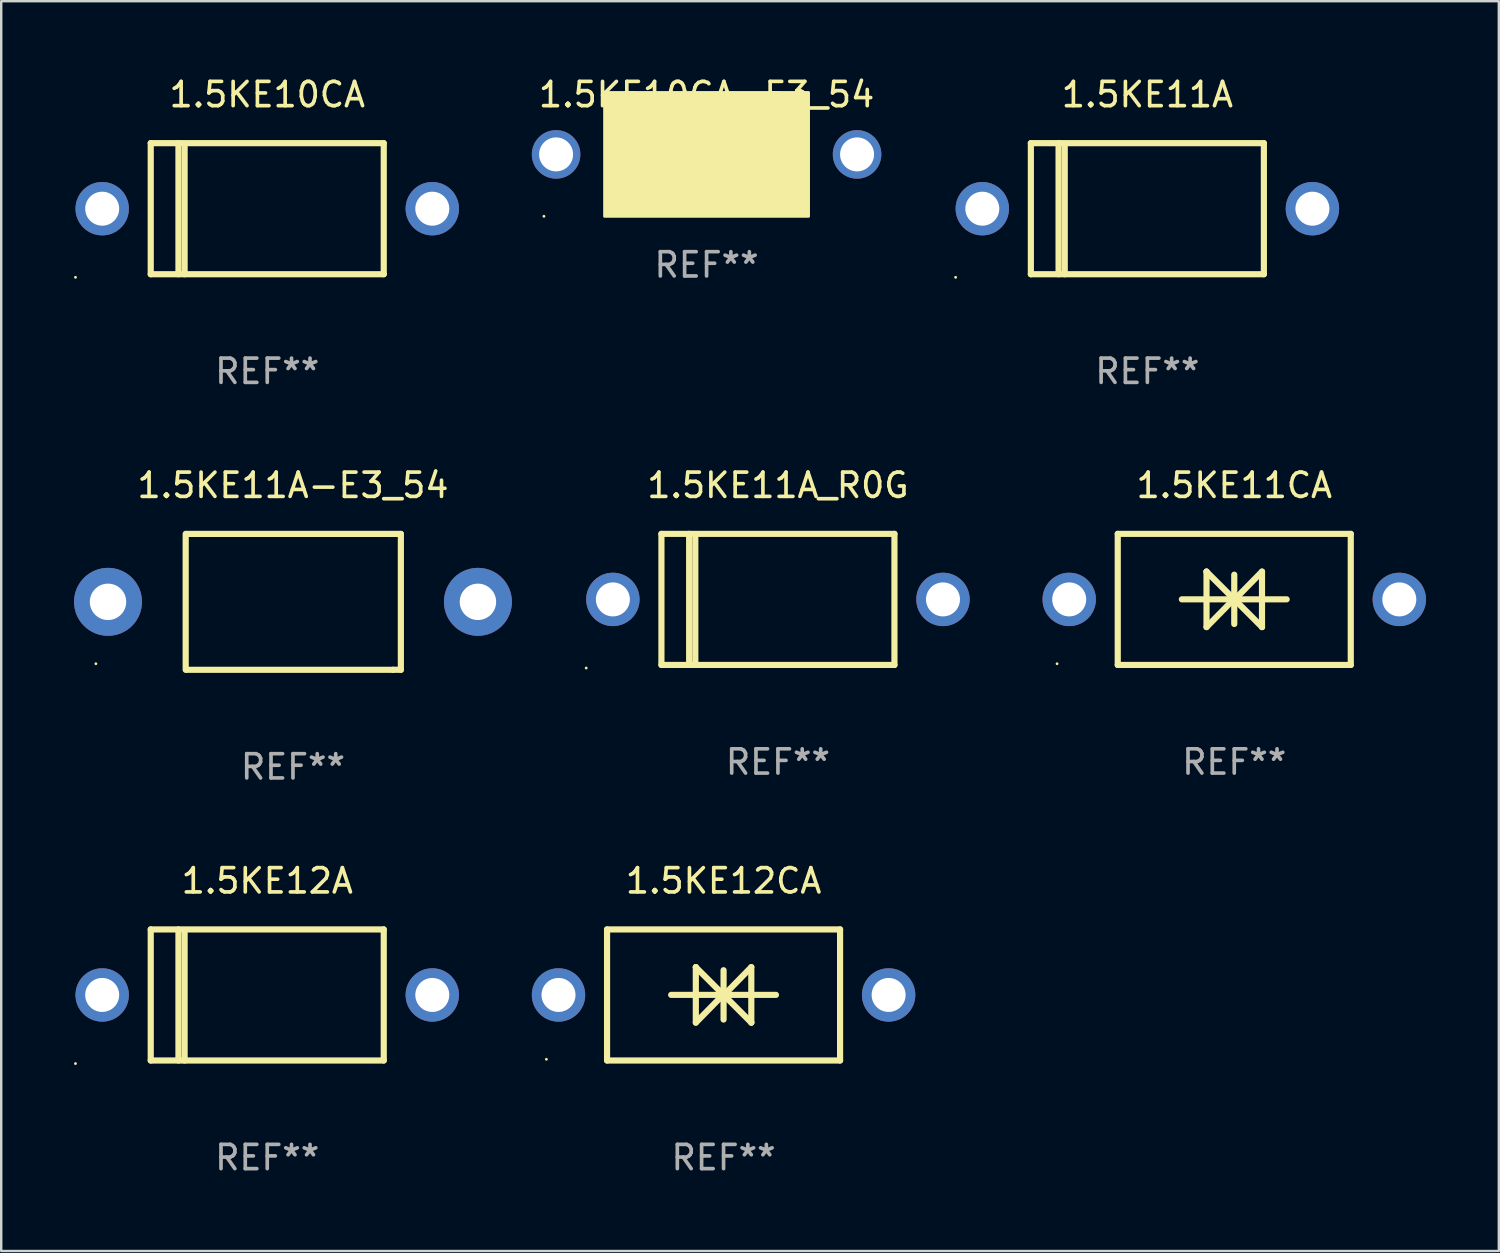
<source format=kicad_pcb>
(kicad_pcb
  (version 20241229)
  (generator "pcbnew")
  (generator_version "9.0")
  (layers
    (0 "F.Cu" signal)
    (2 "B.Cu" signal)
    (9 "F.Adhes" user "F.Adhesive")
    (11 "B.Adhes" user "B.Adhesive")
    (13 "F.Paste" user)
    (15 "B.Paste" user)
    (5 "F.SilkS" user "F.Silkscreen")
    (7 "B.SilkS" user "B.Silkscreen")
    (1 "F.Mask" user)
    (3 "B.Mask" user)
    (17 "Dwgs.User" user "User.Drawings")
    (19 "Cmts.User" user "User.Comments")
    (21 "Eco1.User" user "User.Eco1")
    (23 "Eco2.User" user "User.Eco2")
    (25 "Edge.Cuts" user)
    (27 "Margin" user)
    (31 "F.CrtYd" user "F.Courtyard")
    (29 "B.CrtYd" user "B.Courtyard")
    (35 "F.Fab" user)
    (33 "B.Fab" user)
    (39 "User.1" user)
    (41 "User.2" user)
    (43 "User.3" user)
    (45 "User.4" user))
  (footprint "1.5KE12CA"
    (layer "F.Cu")
    (at 26.76 37.941)
    (property "Reference" "1.5KE12CA" (at 0 -4.7 0) (layer "F.SilkS") (effects (font (size 1 1) (thickness 0.15))))
    (attr through_hole)
    (fp_line (start -4.8 -2.7) (end -4.8 2.7) (stroke (width 0.254) (type solid)) (layer "F.SilkS"))
    (fp_line (start -4.8 -2.7) (end 4.8 -2.7) (stroke (width 0.254) (type solid)) (layer "F.SilkS"))
    (fp_line (start -2.159 -0.003) (end 2.159 -0.003) (stroke (width 0.254) (type solid)) (layer "F.SilkS"))
    (fp_line (start -1.143 -1.146) (end -1.143 1.14) (stroke (width 0.254) (type solid)) (layer "F.SilkS"))
    (fp_line (start -1.143 -1.143) (end -1.143 -1.146) (stroke (width 0.254) (type solid)) (layer "F.SilkS"))
    (fp_line (start 0 -1.019) (end 0 1.013) (stroke (width 0.254) (type solid)) (layer "F.SilkS"))
    (fp_line (start 0 -0.026) (end -1.143 1.14) (stroke (width 0.254) (type solid)) (layer "F.SilkS"))
    (fp_line (start 0 -0.006) (end 1.143 1.137) (stroke (width 0.254) (type solid)) (layer "F.SilkS"))
    (fp_line (start 0 0) (end -1.143 -1.143) (stroke (width 0.254) (type solid)) (layer "F.SilkS"))
    (fp_line (start 0 0.02) (end 1.143 -1.146) (stroke (width 0.254) (type solid)) (layer "F.SilkS"))
    (fp_line (start 1.143 1.137) (end 1.143 1.14) (stroke (width 0.254) (type solid)) (layer "F.SilkS"))
    (fp_line (start 1.143 1.14) (end 1.143 -1.146) (stroke (width 0.254) (type solid)) (layer "F.SilkS"))
    (fp_line (start 4.8 -2.7) (end 4.8 2.7) (stroke (width 0.254) (type solid)) (layer "F.SilkS"))
    (fp_line (start 4.8 2.7) (end -4.8 2.7) (stroke (width 0.254) (type solid)) (layer "F.SilkS"))
    (fp_circle (center -7.3 2.65) (end -7.27 2.65) (stroke (width 0.06) (type solid)) (fill no) (layer "F.SilkS"))
    (fp_text user "REF**" (at 0 6.7 0) (layer "F.Fab") (effects (font (size 1 1) (thickness 0.15))))
    (pad "1" thru_hole circle (at -6.8 0) (size 2.2 2.2) (drill 1.4) (layers "*.Cu" "*.Mask"))
    (pad "2" thru_hole circle (at 6.8 0) (size 2.2 2.2) (drill 1.4) (layers "*.Cu" "*.Mask")))
  (footprint "1.5KE10CA-E3_54"
    (layer "F.Cu")
    (at 26.06 3.356)
    (property "Reference" "1.5KE10CA-E3_54" (at 0 -2.508 0) (layer "F.SilkS") (effects (font (size 1 1) (thickness 0.15))))
    (attr through_hole)
    (fp_line (start -1.498 0) (end 0.534 0) (stroke (width 0.254) (type solid)) (layer "F.SilkS"))
    (fp_line (start -0.99 -0.508) (end -0.99 0.508) (stroke (width 0.254) (type solid)) (layer "F.SilkS"))
    (fp_line (start -0.99 0.508) (end 0.026 0) (stroke (width 0.254) (type solid)) (layer "F.SilkS"))
    (fp_line (start 0.026 -0.508) (end 0.026 0.508) (stroke (width 0.254) (type solid)) (layer "F.SilkS"))
    (fp_line (start 0.026 0) (end -0.99 -0.508) (stroke (width 0.254) (type solid)) (layer "F.SilkS"))
    (fp_line (start 0.026 0) (end 0.026 -0.508) (stroke (width 0.254) (type solid)) (layer "F.SilkS"))
    (fp_line (start 0.038 0) (end 0.038 0.508) (stroke (width 0.254) (type solid)) (layer "F.SilkS"))
    (fp_line (start 0.038 0) (end 1.054 0.508) (stroke (width 0.254) (type solid)) (layer "F.SilkS"))
    (fp_line (start 0.038 0.508) (end 0.038 -0.508) (stroke (width 0.254) (type solid)) (layer "F.SilkS"))
    (fp_line (start 1.054 -0.508) (end 0.038 0) (stroke (width 0.254) (type solid)) (layer "F.SilkS"))
    (fp_line (start 1.054 0.508) (end 1.054 -0.508) (stroke (width 0.254) (type solid)) (layer "F.SilkS"))
    (fp_line (start 1.562 0) (end -0.47 0) (stroke (width 0.254) (type solid)) (layer "F.SilkS"))
    (fp_circle (center -6.7 2.505) (end -6.67 2.505) (stroke (width 0.06) (type solid)) (fill no) (layer "F.SilkS"))
    (fp_poly (pts (xy -4.2 -2.595) (xy 4.2 -2.595) (xy 4.2 2.505) (xy -4.2 2.505)) (stroke (width 0.12) (type solid)) (fill yes) (layer "F.SilkS"))
    (fp_text user "REF**" (at 0 4.508 0) (layer "F.Fab") (effects (font (size 1 1) (thickness 0.15))))
    (pad "1" thru_hole circle (at -6.2 -0.045) (size 2 2) (drill 1.4) (layers "*.Cu" "*.Mask"))
    (pad "2" thru_hole circle (at 6.2 -0.045) (size 2 2) (drill 1.4) (layers "*.Cu" "*.Mask")))
  (footprint "1.5KE11A-E3_54"
    (layer "F.Cu")
    (at 9.02 21.745)
    (property "Reference" "1.5KE11A-E3_54" (at 0 -4.8 0) (layer "F.SilkS") (effects (font (size 1 1) (thickness 0.15))))
    (attr through_hole)
    (fp_line (start -4.42 2.8) (end -4.42 -2.8) (stroke (width 0.254) (type solid)) (layer "F.SilkS"))
    (fp_line (start -4.379 -2.799) (end 4.445 -2.799) (stroke (width 0.254) (type solid)) (layer "F.SilkS"))
    (fp_line (start 4.12 2.8) (end -4.38 2.8) (stroke (width 0.254) (type solid)) (layer "F.SilkS"))
    (fp_line (start 4.445 -2.799) (end 4.445 2.799) (stroke (width 0.254) (type solid)) (layer "F.SilkS"))
    (fp_line (start 4.445 2.799) (end 4.12 2.799) (stroke (width 0.254) (type solid)) (layer "F.SilkS"))
    (fp_circle (center -8.12 2.55) (end -8.09 2.55) (stroke (width 0.06) (type solid)) (fill no) (layer "F.SilkS"))
    (fp_text user "REF**" (at 0 6.8 0) (layer "F.Fab") (effects (font (size 1 1) (thickness 0.15))))
    (pad "1" thru_hole circle (at -7.62 0) (size 2.8 2.8) (drill 1.5) (layers "*.Cu" "*.Mask"))
    (pad "2" thru_hole circle (at 7.62 0) (size 2.8 2.8) (drill 1.5) (layers "*.Cu" "*.Mask")))
  (footprint "1.5KE12A"
    (layer "F.Cu")
    (at 7.96 37.941)
    (property "Reference" "1.5KE12A" (at 0 -4.7 0) (layer "F.SilkS") (effects (font (size 1 1) (thickness 0.15))))
    (attr through_hole)
    (fp_line (start -4.8 -2.7) (end 4.8 -2.7) (stroke (width 0.254) (type solid)) (layer "F.SilkS"))
    (fp_line (start -4.8 2.7) (end -4.8 -2.7) (stroke (width 0.254) (type solid)) (layer "F.SilkS"))
    (fp_line (start -3.658 2.7) (end -3.658 -2.7) (stroke (width 0.254) (type solid)) (layer "F.SilkS"))
    (fp_line (start -3.404 2.7) (end -3.404 -2.54) (stroke (width 0.254) (type solid)) (layer "F.SilkS"))
    (fp_line (start 4.8 2.7) (end -4.8 2.7) (stroke (width 0.254) (type solid)) (layer "F.SilkS"))
    (fp_line (start 4.8 2.7) (end 4.8 -2.7) (stroke (width 0.254) (type solid)) (layer "F.SilkS"))
    (fp_circle (center -7.9 2.827) (end -7.87 2.827) (stroke (width 0.06) (type solid)) (fill no) (layer "F.SilkS"))
    (fp_text user "REF**" (at 0 6.7 0) (layer "F.Fab") (effects (font (size 1 1) (thickness 0.15))))
    (pad "1" thru_hole circle (at -6.8 0) (size 2.2 2.2) (drill 1.4) (layers "*.Cu" "*.Mask"))
    (pad "2" thru_hole circle (at 6.8 0) (size 2.2 2.2) (drill 1.4) (layers "*.Cu" "*.Mask")))
  (footprint "1.5KE11CA"
    (layer "F.Cu")
    (at 47.8 21.645)
    (property "Reference" "1.5KE11CA" (at 0 -4.7 0) (layer "F.SilkS") (effects (font (size 1 1) (thickness 0.15))))
    (attr through_hole)
    (fp_line (start -4.8 -2.7) (end -4.8 2.7) (stroke (width 0.254) (type solid)) (layer "F.SilkS"))
    (fp_line (start -4.8 -2.7) (end 4.8 -2.7) (stroke (width 0.254) (type solid)) (layer "F.SilkS"))
    (fp_line (start -2.159 -0.003) (end 2.159 -0.003) (stroke (width 0.254) (type solid)) (layer "F.SilkS"))
    (fp_line (start -1.143 -1.146) (end -1.143 1.14) (stroke (width 0.254) (type solid)) (layer "F.SilkS"))
    (fp_line (start -1.143 -1.143) (end -1.143 -1.146) (stroke (width 0.254) (type solid)) (layer "F.SilkS"))
    (fp_line (start 0 -1.019) (end 0 1.013) (stroke (width 0.254) (type solid)) (layer "F.SilkS"))
    (fp_line (start 0 -0.026) (end -1.143 1.14) (stroke (width 0.254) (type solid)) (layer "F.SilkS"))
    (fp_line (start 0 -0.006) (end 1.143 1.137) (stroke (width 0.254) (type solid)) (layer "F.SilkS"))
    (fp_line (start 0 0) (end -1.143 -1.143) (stroke (width 0.254) (type solid)) (layer "F.SilkS"))
    (fp_line (start 0 0.02) (end 1.143 -1.146) (stroke (width 0.254) (type solid)) (layer "F.SilkS"))
    (fp_line (start 1.143 1.137) (end 1.143 1.14) (stroke (width 0.254) (type solid)) (layer "F.SilkS"))
    (fp_line (start 1.143 1.14) (end 1.143 -1.146) (stroke (width 0.254) (type solid)) (layer "F.SilkS"))
    (fp_line (start 4.8 -2.7) (end 4.8 2.7) (stroke (width 0.254) (type solid)) (layer "F.SilkS"))
    (fp_line (start 4.8 2.7) (end -4.8 2.7) (stroke (width 0.254) (type solid)) (layer "F.SilkS"))
    (fp_circle (center -7.3 2.65) (end -7.27 2.65) (stroke (width 0.06) (type solid)) (fill no) (layer "F.SilkS"))
    (fp_text user "REF**" (at 0 6.7 0) (layer "F.Fab") (effects (font (size 1 1) (thickness 0.15))))
    (pad "1" thru_hole circle (at -6.8 0) (size 2.2 2.2) (drill 1.4) (layers "*.Cu" "*.Mask"))
    (pad "2" thru_hole circle (at 6.8 0) (size 2.2 2.2) (drill 1.4) (layers "*.Cu" "*.Mask")))
  (footprint "1.5KE11A_R0G"
    (layer "F.Cu")
    (at 29 21.645)
    (property "Reference" "1.5KE11A_R0G" (at 0 -4.7 0) (layer "F.SilkS") (effects (font (size 1 1) (thickness 0.15))))
    (attr through_hole)
    (fp_line (start -4.8 -2.7) (end 4.8 -2.7) (stroke (width 0.254) (type solid)) (layer "F.SilkS"))
    (fp_line (start -4.8 2.7) (end -4.8 -2.7) (stroke (width 0.254) (type solid)) (layer "F.SilkS"))
    (fp_line (start -3.658 2.7) (end -3.658 -2.7) (stroke (width 0.254) (type solid)) (layer "F.SilkS"))
    (fp_line (start -3.404 2.7) (end -3.404 -2.54) (stroke (width 0.254) (type solid)) (layer "F.SilkS"))
    (fp_line (start 4.8 2.7) (end -4.8 2.7) (stroke (width 0.254) (type solid)) (layer "F.SilkS"))
    (fp_line (start 4.8 2.7) (end 4.8 -2.7) (stroke (width 0.254) (type solid)) (layer "F.SilkS"))
    (fp_circle (center -7.9 2.827) (end -7.87 2.827) (stroke (width 0.06) (type solid)) (fill no) (layer "F.SilkS"))
    (fp_text user "REF**" (at 0 6.7 0) (layer "F.Fab") (effects (font (size 1 1) (thickness 0.15))))
    (pad "1" thru_hole circle (at -6.8 0) (size 2.2 2.2) (drill 1.4) (layers "*.Cu" "*.Mask"))
    (pad "2" thru_hole circle (at 6.8 0) (size 2.2 2.2) (drill 1.4) (layers "*.Cu" "*.Mask")))
  (footprint "1.5KE11A"
    (layer "F.Cu")
    (at 44.22 5.548)
    (property "Reference" "1.5KE11A" (at 0 -4.7 0) (layer "F.SilkS") (effects (font (size 1 1) (thickness 0.15))))
    (attr through_hole)
    (fp_line (start -4.8 -2.7) (end 4.8 -2.7) (stroke (width 0.254) (type solid)) (layer "F.SilkS"))
    (fp_line (start -4.8 2.7) (end -4.8 -2.7) (stroke (width 0.254) (type solid)) (layer "F.SilkS"))
    (fp_line (start -3.658 2.7) (end -3.658 -2.7) (stroke (width 0.254) (type solid)) (layer "F.SilkS"))
    (fp_line (start -3.404 2.7) (end -3.404 -2.54) (stroke (width 0.254) (type solid)) (layer "F.SilkS"))
    (fp_line (start 4.8 2.7) (end -4.8 2.7) (stroke (width 0.254) (type solid)) (layer "F.SilkS"))
    (fp_line (start 4.8 2.7) (end 4.8 -2.7) (stroke (width 0.254) (type solid)) (layer "F.SilkS"))
    (fp_circle (center -7.9 2.827) (end -7.87 2.827) (stroke (width 0.06) (type solid)) (fill no) (layer "F.SilkS"))
    (fp_text user "REF**" (at 0 6.7 0) (layer "F.Fab") (effects (font (size 1 1) (thickness 0.15))))
    (pad "1" thru_hole circle (at -6.8 0) (size 2.2 2.2) (drill 1.4) (layers "*.Cu" "*.Mask"))
    (pad "2" thru_hole circle (at 6.8 0) (size 2.2 2.2) (drill 1.4) (layers "*.Cu" "*.Mask")))
  (footprint "1.5KE10CA"
    (layer "F.Cu")
    (at 7.96 5.548)
    (property "Reference" "1.5KE10CA" (at 0 -4.7 0) (layer "F.SilkS") (effects (font (size 1 1) (thickness 0.15))))
    (attr through_hole)
    (fp_line (start -4.8 -2.7) (end 4.8 -2.7) (stroke (width 0.254) (type solid)) (layer "F.SilkS"))
    (fp_line (start -4.8 2.7) (end -4.8 -2.7) (stroke (width 0.254) (type solid)) (layer "F.SilkS"))
    (fp_line (start -3.658 2.7) (end -3.658 -2.7) (stroke (width 0.254) (type solid)) (layer "F.SilkS"))
    (fp_line (start -3.404 2.7) (end -3.404 -2.54) (stroke (width 0.254) (type solid)) (layer "F.SilkS"))
    (fp_line (start 4.8 2.7) (end -4.8 2.7) (stroke (width 0.254) (type solid)) (layer "F.SilkS"))
    (fp_line (start 4.8 2.7) (end 4.8 -2.7) (stroke (width 0.254) (type solid)) (layer "F.SilkS"))
    (fp_circle (center -7.9 2.827) (end -7.87 2.827) (stroke (width 0.06) (type solid)) (fill no) (layer "F.SilkS"))
    (fp_text user "REF**" (at 0 6.7 0) (layer "F.Fab") (effects (font (size 1 1) (thickness 0.15))))
    (pad "1" thru_hole circle (at -6.8 0) (size 2.2 2.2) (drill 1.4) (layers "*.Cu" "*.Mask"))
    (pad "2" thru_hole circle (at 6.8 0) (size 2.2 2.2) (drill 1.4) (layers "*.Cu" "*.Mask")))
  (gr_rect
    (start -3 -3)
    (end 58.7 48.49)
    (stroke (width 0.1) (type default))
    (fill no)
    (layer "Edge.Cuts")))
</source>
